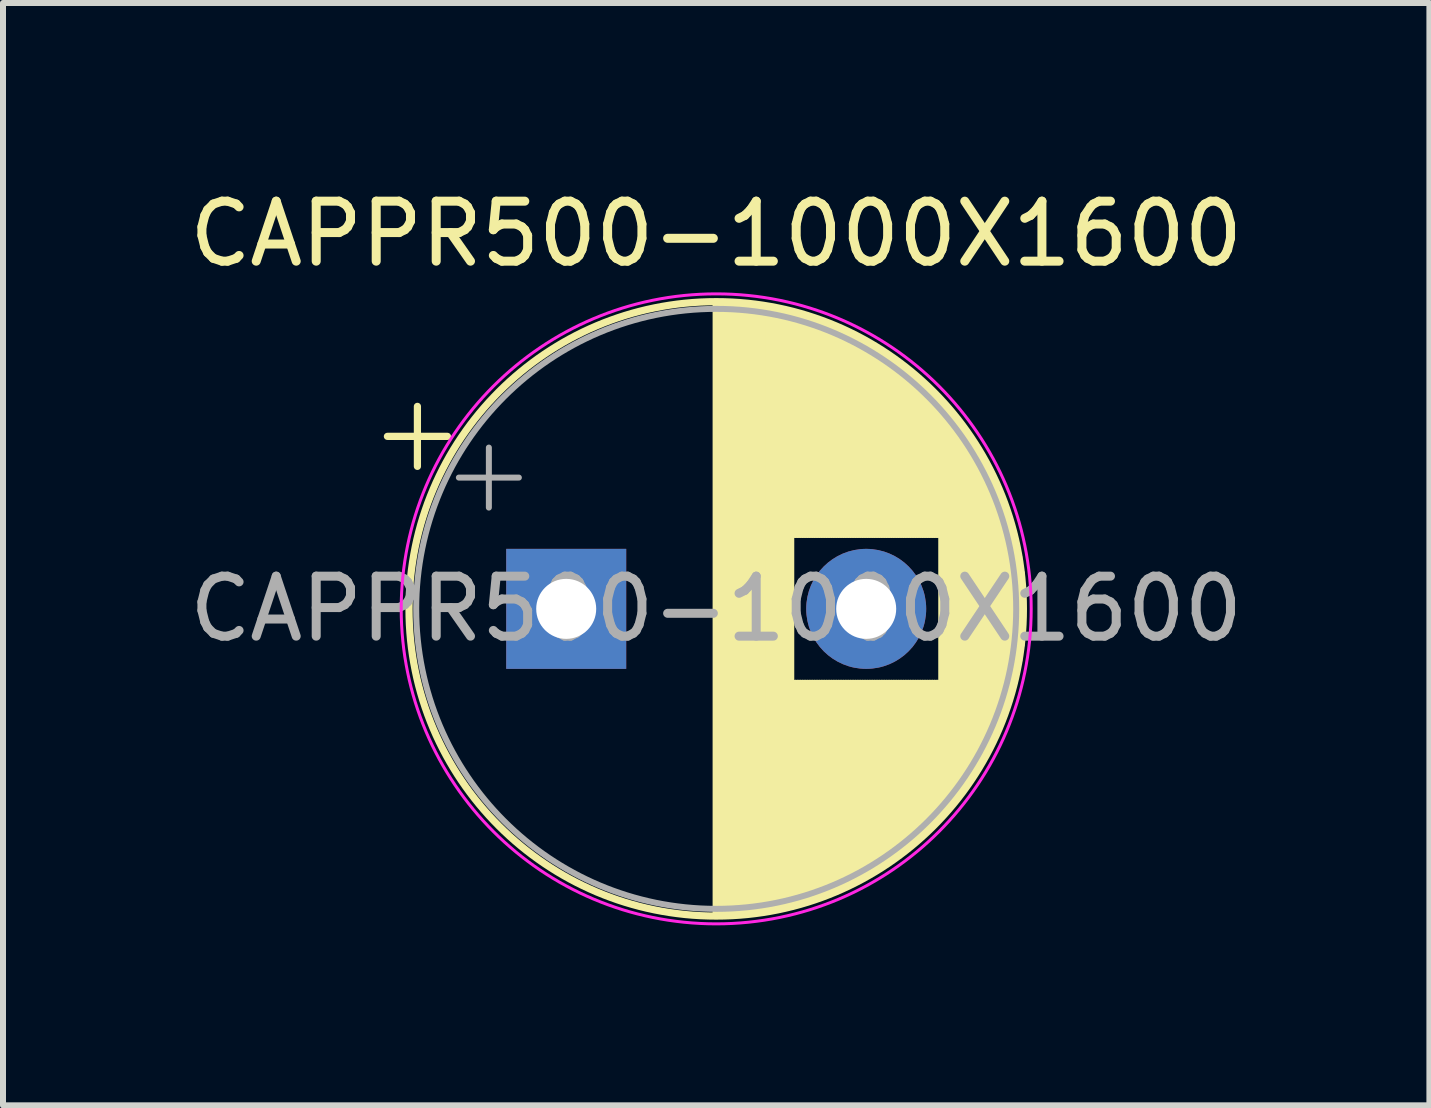
<source format=kicad_pcb>
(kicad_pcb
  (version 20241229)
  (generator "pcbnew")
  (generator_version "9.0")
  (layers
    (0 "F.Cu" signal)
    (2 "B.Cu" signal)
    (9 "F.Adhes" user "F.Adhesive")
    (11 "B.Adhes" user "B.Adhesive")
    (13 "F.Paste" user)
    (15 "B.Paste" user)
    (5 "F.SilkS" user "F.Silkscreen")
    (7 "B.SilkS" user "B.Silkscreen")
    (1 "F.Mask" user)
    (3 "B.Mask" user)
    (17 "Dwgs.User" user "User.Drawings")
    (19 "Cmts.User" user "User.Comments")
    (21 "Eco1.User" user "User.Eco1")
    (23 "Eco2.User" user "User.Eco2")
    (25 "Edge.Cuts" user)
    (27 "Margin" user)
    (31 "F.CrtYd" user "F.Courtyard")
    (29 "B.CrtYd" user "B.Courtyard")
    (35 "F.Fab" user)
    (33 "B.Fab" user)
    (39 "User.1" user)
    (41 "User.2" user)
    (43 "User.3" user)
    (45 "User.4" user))
  (footprint "CAPPR500-1000X1600"
    (layer "F.Cu")
    (at 6.387 7.098)
    (property "Reference" "CAPPR500-1000X1600" (at 2.5 -6.25 0) (layer "F.SilkS") (effects (font (size 1 1) (thickness 0.15))))
    (attr through_hole)
    (fp_line (start -2.98 -2.875) (end -1.98 -2.875) (stroke (width 0.12) (type solid)) (layer "F.SilkS"))
    (fp_line (start -2.48 -3.375) (end -2.48 -2.375) (stroke (width 0.12) (type solid)) (layer "F.SilkS"))
    (fp_line (start 2.5 -5.08) (end 2.5 5.08) (stroke (width 0.12) (type solid)) (layer "F.SilkS"))
    (fp_line (start 2.54 -5.08) (end 2.54 5.08) (stroke (width 0.12) (type solid)) (layer "F.SilkS"))
    (fp_line (start 2.58 -5.08) (end 2.58 5.08) (stroke (width 0.12) (type solid)) (layer "F.SilkS"))
    (fp_line (start 2.62 -5.079) (end 2.62 5.079) (stroke (width 0.12) (type solid)) (layer "F.SilkS"))
    (fp_line (start 2.66 -5.078) (end 2.66 5.078) (stroke (width 0.12) (type solid)) (layer "F.SilkS"))
    (fp_line (start 2.7 -5.077) (end 2.7 5.077) (stroke (width 0.12) (type solid)) (layer "F.SilkS"))
    (fp_line (start 2.74 -5.075) (end 2.74 5.075) (stroke (width 0.12) (type solid)) (layer "F.SilkS"))
    (fp_line (start 2.78 -5.073) (end 2.78 5.073) (stroke (width 0.12) (type solid)) (layer "F.SilkS"))
    (fp_line (start 2.82 -5.07) (end 2.82 5.07) (stroke (width 0.12) (type solid)) (layer "F.SilkS"))
    (fp_line (start 2.86 -5.068) (end 2.86 5.068) (stroke (width 0.12) (type solid)) (layer "F.SilkS"))
    (fp_line (start 2.9 -5.065) (end 2.9 5.065) (stroke (width 0.12) (type solid)) (layer "F.SilkS"))
    (fp_line (start 2.94 -5.062) (end 2.94 5.062) (stroke (width 0.12) (type solid)) (layer "F.SilkS"))
    (fp_line (start 2.98 -5.058) (end 2.98 5.058) (stroke (width 0.12) (type solid)) (layer "F.SilkS"))
    (fp_line (start 3.02 -5.054) (end 3.02 5.054) (stroke (width 0.12) (type solid)) (layer "F.SilkS"))
    (fp_line (start 3.06 -5.05) (end 3.06 5.05) (stroke (width 0.12) (type solid)) (layer "F.SilkS"))
    (fp_line (start 3.1 -5.045) (end 3.1 5.045) (stroke (width 0.12) (type solid)) (layer "F.SilkS"))
    (fp_line (start 3.14 -5.04) (end 3.14 5.04) (stroke (width 0.12) (type solid)) (layer "F.SilkS"))
    (fp_line (start 3.18 -5.035) (end 3.18 5.035) (stroke (width 0.12) (type solid)) (layer "F.SilkS"))
    (fp_line (start 3.221 -5.03) (end 3.221 5.03) (stroke (width 0.12) (type solid)) (layer "F.SilkS"))
    (fp_line (start 3.261 -5.024) (end 3.261 5.024) (stroke (width 0.12) (type solid)) (layer "F.SilkS"))
    (fp_line (start 3.301 -5.018) (end 3.301 5.018) (stroke (width 0.12) (type solid)) (layer "F.SilkS"))
    (fp_line (start 3.341 -5.011) (end 3.341 5.011) (stroke (width 0.12) (type solid)) (layer "F.SilkS"))
    (fp_line (start 3.381 -5.004) (end 3.381 5.004) (stroke (width 0.12) (type solid)) (layer "F.SilkS"))
    (fp_line (start 3.421 -4.997) (end 3.421 4.997) (stroke (width 0.12) (type solid)) (layer "F.SilkS"))
    (fp_line (start 3.461 -4.99) (end 3.461 4.99) (stroke (width 0.12) (type solid)) (layer "F.SilkS"))
    (fp_line (start 3.501 -4.982) (end 3.501 4.982) (stroke (width 0.12) (type solid)) (layer "F.SilkS"))
    (fp_line (start 3.541 -4.974) (end 3.541 4.974) (stroke (width 0.12) (type solid)) (layer "F.SilkS"))
    (fp_line (start 3.581 -4.965) (end 3.581 4.965) (stroke (width 0.12) (type solid)) (layer "F.SilkS"))
    (fp_line (start 3.621 -4.956) (end 3.621 4.956) (stroke (width 0.12) (type solid)) (layer "F.SilkS"))
    (fp_line (start 3.661 -4.947) (end 3.661 4.947) (stroke (width 0.12) (type solid)) (layer "F.SilkS"))
    (fp_line (start 3.701 -4.938) (end 3.701 4.938) (stroke (width 0.12) (type solid)) (layer "F.SilkS"))
    (fp_line (start 3.741 -4.928) (end 3.741 4.928) (stroke (width 0.12) (type solid)) (layer "F.SilkS"))
    (fp_line (start 3.781 -4.918) (end 3.781 -1.241) (stroke (width 0.12) (type solid)) (layer "F.SilkS"))
    (fp_line (start 3.781 1.241) (end 3.781 4.918) (stroke (width 0.12) (type solid)) (layer "F.SilkS"))
    (fp_line (start 3.821 -4.907) (end 3.821 -1.241) (stroke (width 0.12) (type solid)) (layer "F.SilkS"))
    (fp_line (start 3.821 1.241) (end 3.821 4.907) (stroke (width 0.12) (type solid)) (layer "F.SilkS"))
    (fp_line (start 3.861 -4.897) (end 3.861 -1.241) (stroke (width 0.12) (type solid)) (layer "F.SilkS"))
    (fp_line (start 3.861 1.241) (end 3.861 4.897) (stroke (width 0.12) (type solid)) (layer "F.SilkS"))
    (fp_line (start 3.901 -4.885) (end 3.901 -1.241) (stroke (width 0.12) (type solid)) (layer "F.SilkS"))
    (fp_line (start 3.901 1.241) (end 3.901 4.885) (stroke (width 0.12) (type solid)) (layer "F.SilkS"))
    (fp_line (start 3.941 -4.874) (end 3.941 -1.241) (stroke (width 0.12) (type solid)) (layer "F.SilkS"))
    (fp_line (start 3.941 1.241) (end 3.941 4.874) (stroke (width 0.12) (type solid)) (layer "F.SilkS"))
    (fp_line (start 3.981 -4.862) (end 3.981 -1.241) (stroke (width 0.12) (type solid)) (layer "F.SilkS"))
    (fp_line (start 3.981 1.241) (end 3.981 4.862) (stroke (width 0.12) (type solid)) (layer "F.SilkS"))
    (fp_line (start 4.021 -4.85) (end 4.021 -1.241) (stroke (width 0.12) (type solid)) (layer "F.SilkS"))
    (fp_line (start 4.021 1.241) (end 4.021 4.85) (stroke (width 0.12) (type solid)) (layer "F.SilkS"))
    (fp_line (start 4.061 -4.837) (end 4.061 -1.241) (stroke (width 0.12) (type solid)) (layer "F.SilkS"))
    (fp_line (start 4.061 1.241) (end 4.061 4.837) (stroke (width 0.12) (type solid)) (layer "F.SilkS"))
    (fp_line (start 4.101 -4.824) (end 4.101 -1.241) (stroke (width 0.12) (type solid)) (layer "F.SilkS"))
    (fp_line (start 4.101 1.241) (end 4.101 4.824) (stroke (width 0.12) (type solid)) (layer "F.SilkS"))
    (fp_line (start 4.141 -4.811) (end 4.141 -1.241) (stroke (width 0.12) (type solid)) (layer "F.SilkS"))
    (fp_line (start 4.141 1.241) (end 4.141 4.811) (stroke (width 0.12) (type solid)) (layer "F.SilkS"))
    (fp_line (start 4.181 -4.797) (end 4.181 -1.241) (stroke (width 0.12) (type solid)) (layer "F.SilkS"))
    (fp_line (start 4.181 1.241) (end 4.181 4.797) (stroke (width 0.12) (type solid)) (layer "F.SilkS"))
    (fp_line (start 4.221 -4.783) (end 4.221 -1.241) (stroke (width 0.12) (type solid)) (layer "F.SilkS"))
    (fp_line (start 4.221 1.241) (end 4.221 4.783) (stroke (width 0.12) (type solid)) (layer "F.SilkS"))
    (fp_line (start 4.261 -4.768) (end 4.261 -1.241) (stroke (width 0.12) (type solid)) (layer "F.SilkS"))
    (fp_line (start 4.261 1.241) (end 4.261 4.768) (stroke (width 0.12) (type solid)) (layer "F.SilkS"))
    (fp_line (start 4.301 -4.754) (end 4.301 -1.241) (stroke (width 0.12) (type solid)) (layer "F.SilkS"))
    (fp_line (start 4.301 1.241) (end 4.301 4.754) (stroke (width 0.12) (type solid)) (layer "F.SilkS"))
    (fp_line (start 4.341 -4.738) (end 4.341 -1.241) (stroke (width 0.12) (type solid)) (layer "F.SilkS"))
    (fp_line (start 4.341 1.241) (end 4.341 4.738) (stroke (width 0.12) (type solid)) (layer "F.SilkS"))
    (fp_line (start 4.381 -4.723) (end 4.381 -1.241) (stroke (width 0.12) (type solid)) (layer "F.SilkS"))
    (fp_line (start 4.381 1.241) (end 4.381 4.723) (stroke (width 0.12) (type solid)) (layer "F.SilkS"))
    (fp_line (start 4.421 -4.707) (end 4.421 -1.241) (stroke (width 0.12) (type solid)) (layer "F.SilkS"))
    (fp_line (start 4.421 1.241) (end 4.421 4.707) (stroke (width 0.12) (type solid)) (layer "F.SilkS"))
    (fp_line (start 4.461 -4.69) (end 4.461 -1.241) (stroke (width 0.12) (type solid)) (layer "F.SilkS"))
    (fp_line (start 4.461 1.241) (end 4.461 4.69) (stroke (width 0.12) (type solid)) (layer "F.SilkS"))
    (fp_line (start 4.501 -4.674) (end 4.501 -1.241) (stroke (width 0.12) (type solid)) (layer "F.SilkS"))
    (fp_line (start 4.501 1.241) (end 4.501 4.674) (stroke (width 0.12) (type solid)) (layer "F.SilkS"))
    (fp_line (start 4.541 -4.657) (end 4.541 -1.241) (stroke (width 0.12) (type solid)) (layer "F.SilkS"))
    (fp_line (start 4.541 1.241) (end 4.541 4.657) (stroke (width 0.12) (type solid)) (layer "F.SilkS"))
    (fp_line (start 4.581 -4.639) (end 4.581 -1.241) (stroke (width 0.12) (type solid)) (layer "F.SilkS"))
    (fp_line (start 4.581 1.241) (end 4.581 4.639) (stroke (width 0.12) (type solid)) (layer "F.SilkS"))
    (fp_line (start 4.621 -4.621) (end 4.621 -1.241) (stroke (width 0.12) (type solid)) (layer "F.SilkS"))
    (fp_line (start 4.621 1.241) (end 4.621 4.621) (stroke (width 0.12) (type solid)) (layer "F.SilkS"))
    (fp_line (start 4.661 -4.603) (end 4.661 -1.241) (stroke (width 0.12) (type solid)) (layer "F.SilkS"))
    (fp_line (start 4.661 1.241) (end 4.661 4.603) (stroke (width 0.12) (type solid)) (layer "F.SilkS"))
    (fp_line (start 4.701 -4.584) (end 4.701 -1.241) (stroke (width 0.12) (type solid)) (layer "F.SilkS"))
    (fp_line (start 4.701 1.241) (end 4.701 4.584) (stroke (width 0.12) (type solid)) (layer "F.SilkS"))
    (fp_line (start 4.741 -4.564) (end 4.741 -1.241) (stroke (width 0.12) (type solid)) (layer "F.SilkS"))
    (fp_line (start 4.741 1.241) (end 4.741 4.564) (stroke (width 0.12) (type solid)) (layer "F.SilkS"))
    (fp_line (start 4.781 -4.545) (end 4.781 -1.241) (stroke (width 0.12) (type solid)) (layer "F.SilkS"))
    (fp_line (start 4.781 1.241) (end 4.781 4.545) (stroke (width 0.12) (type solid)) (layer "F.SilkS"))
    (fp_line (start 4.821 -4.525) (end 4.821 -1.241) (stroke (width 0.12) (type solid)) (layer "F.SilkS"))
    (fp_line (start 4.821 1.241) (end 4.821 4.525) (stroke (width 0.12) (type solid)) (layer "F.SilkS"))
    (fp_line (start 4.861 -4.504) (end 4.861 -1.241) (stroke (width 0.12) (type solid)) (layer "F.SilkS"))
    (fp_line (start 4.861 1.241) (end 4.861 4.504) (stroke (width 0.12) (type solid)) (layer "F.SilkS"))
    (fp_line (start 4.901 -4.483) (end 4.901 -1.241) (stroke (width 0.12) (type solid)) (layer "F.SilkS"))
    (fp_line (start 4.901 1.241) (end 4.901 4.483) (stroke (width 0.12) (type solid)) (layer "F.SilkS"))
    (fp_line (start 4.941 -4.462) (end 4.941 -1.241) (stroke (width 0.12) (type solid)) (layer "F.SilkS"))
    (fp_line (start 4.941 1.241) (end 4.941 4.462) (stroke (width 0.12) (type solid)) (layer "F.SilkS"))
    (fp_line (start 4.981 -4.44) (end 4.981 -1.241) (stroke (width 0.12) (type solid)) (layer "F.SilkS"))
    (fp_line (start 4.981 1.241) (end 4.981 4.44) (stroke (width 0.12) (type solid)) (layer "F.SilkS"))
    (fp_line (start 5.021 -4.417) (end 5.021 -1.241) (stroke (width 0.12) (type solid)) (layer "F.SilkS"))
    (fp_line (start 5.021 1.241) (end 5.021 4.417) (stroke (width 0.12) (type solid)) (layer "F.SilkS"))
    (fp_line (start 5.061 -4.395) (end 5.061 -1.241) (stroke (width 0.12) (type solid)) (layer "F.SilkS"))
    (fp_line (start 5.061 1.241) (end 5.061 4.395) (stroke (width 0.12) (type solid)) (layer "F.SilkS"))
    (fp_line (start 5.101 -4.371) (end 5.101 -1.241) (stroke (width 0.12) (type solid)) (layer "F.SilkS"))
    (fp_line (start 5.101 1.241) (end 5.101 4.371) (stroke (width 0.12) (type solid)) (layer "F.SilkS"))
    (fp_line (start 5.141 -4.347) (end 5.141 -1.241) (stroke (width 0.12) (type solid)) (layer "F.SilkS"))
    (fp_line (start 5.141 1.241) (end 5.141 4.347) (stroke (width 0.12) (type solid)) (layer "F.SilkS"))
    (fp_line (start 5.181 -4.323) (end 5.181 -1.241) (stroke (width 0.12) (type solid)) (layer "F.SilkS"))
    (fp_line (start 5.181 1.241) (end 5.181 4.323) (stroke (width 0.12) (type solid)) (layer "F.SilkS"))
    (fp_line (start 5.221 -4.298) (end 5.221 -1.241) (stroke (width 0.12) (type solid)) (layer "F.SilkS"))
    (fp_line (start 5.221 1.241) (end 5.221 4.298) (stroke (width 0.12) (type solid)) (layer "F.SilkS"))
    (fp_line (start 5.261 -4.273) (end 5.261 -1.241) (stroke (width 0.12) (type solid)) (layer "F.SilkS"))
    (fp_line (start 5.261 1.241) (end 5.261 4.273) (stroke (width 0.12) (type solid)) (layer "F.SilkS"))
    (fp_line (start 5.301 -4.247) (end 5.301 -1.241) (stroke (width 0.12) (type solid)) (layer "F.SilkS"))
    (fp_line (start 5.301 1.241) (end 5.301 4.247) (stroke (width 0.12) (type solid)) (layer "F.SilkS"))
    (fp_line (start 5.341 -4.221) (end 5.341 -1.241) (stroke (width 0.12) (type solid)) (layer "F.SilkS"))
    (fp_line (start 5.341 1.241) (end 5.341 4.221) (stroke (width 0.12) (type solid)) (layer "F.SilkS"))
    (fp_line (start 5.381 -4.194) (end 5.381 -1.241) (stroke (width 0.12) (type solid)) (layer "F.SilkS"))
    (fp_line (start 5.381 1.241) (end 5.381 4.194) (stroke (width 0.12) (type solid)) (layer "F.SilkS"))
    (fp_line (start 5.421 -4.166) (end 5.421 -1.241) (stroke (width 0.12) (type solid)) (layer "F.SilkS"))
    (fp_line (start 5.421 1.241) (end 5.421 4.166) (stroke (width 0.12) (type solid)) (layer "F.SilkS"))
    (fp_line (start 5.461 -4.138) (end 5.461 -1.241) (stroke (width 0.12) (type solid)) (layer "F.SilkS"))
    (fp_line (start 5.461 1.241) (end 5.461 4.138) (stroke (width 0.12) (type solid)) (layer "F.SilkS"))
    (fp_line (start 5.501 -4.11) (end 5.501 -1.241) (stroke (width 0.12) (type solid)) (layer "F.SilkS"))
    (fp_line (start 5.501 1.241) (end 5.501 4.11) (stroke (width 0.12) (type solid)) (layer "F.SilkS"))
    (fp_line (start 5.541 -4.08) (end 5.541 -1.241) (stroke (width 0.12) (type solid)) (layer "F.SilkS"))
    (fp_line (start 5.541 1.241) (end 5.541 4.08) (stroke (width 0.12) (type solid)) (layer "F.SilkS"))
    (fp_line (start 5.581 -4.05) (end 5.581 -1.241) (stroke (width 0.12) (type solid)) (layer "F.SilkS"))
    (fp_line (start 5.581 1.241) (end 5.581 4.05) (stroke (width 0.12) (type solid)) (layer "F.SilkS"))
    (fp_line (start 5.621 -4.02) (end 5.621 -1.241) (stroke (width 0.12) (type solid)) (layer "F.SilkS"))
    (fp_line (start 5.621 1.241) (end 5.621 4.02) (stroke (width 0.12) (type solid)) (layer "F.SilkS"))
    (fp_line (start 5.661 -3.989) (end 5.661 -1.241) (stroke (width 0.12) (type solid)) (layer "F.SilkS"))
    (fp_line (start 5.661 1.241) (end 5.661 3.989) (stroke (width 0.12) (type solid)) (layer "F.SilkS"))
    (fp_line (start 5.701 -3.957) (end 5.701 -1.241) (stroke (width 0.12) (type solid)) (layer "F.SilkS"))
    (fp_line (start 5.701 1.241) (end 5.701 3.957) (stroke (width 0.12) (type solid)) (layer "F.SilkS"))
    (fp_line (start 5.741 -3.925) (end 5.741 -1.241) (stroke (width 0.12) (type solid)) (layer "F.SilkS"))
    (fp_line (start 5.741 1.241) (end 5.741 3.925) (stroke (width 0.12) (type solid)) (layer "F.SilkS"))
    (fp_line (start 5.781 -3.892) (end 5.781 -1.241) (stroke (width 0.12) (type solid)) (layer "F.SilkS"))
    (fp_line (start 5.781 1.241) (end 5.781 3.892) (stroke (width 0.12) (type solid)) (layer "F.SilkS"))
    (fp_line (start 5.821 -3.858) (end 5.821 -1.241) (stroke (width 0.12) (type solid)) (layer "F.SilkS"))
    (fp_line (start 5.821 1.241) (end 5.821 3.858) (stroke (width 0.12) (type solid)) (layer "F.SilkS"))
    (fp_line (start 5.861 -3.824) (end 5.861 -1.241) (stroke (width 0.12) (type solid)) (layer "F.SilkS"))
    (fp_line (start 5.861 1.241) (end 5.861 3.824) (stroke (width 0.12) (type solid)) (layer "F.SilkS"))
    (fp_line (start 5.901 -3.789) (end 5.901 -1.241) (stroke (width 0.12) (type solid)) (layer "F.SilkS"))
    (fp_line (start 5.901 1.241) (end 5.901 3.789) (stroke (width 0.12) (type solid)) (layer "F.SilkS"))
    (fp_line (start 5.941 -3.753) (end 5.941 -1.241) (stroke (width 0.12) (type solid)) (layer "F.SilkS"))
    (fp_line (start 5.941 1.241) (end 5.941 3.753) (stroke (width 0.12) (type solid)) (layer "F.SilkS"))
    (fp_line (start 5.981 -3.716) (end 5.981 -1.241) (stroke (width 0.12) (type solid)) (layer "F.SilkS"))
    (fp_line (start 5.981 1.241) (end 5.981 3.716) (stroke (width 0.12) (type solid)) (layer "F.SilkS"))
    (fp_line (start 6.021 -3.679) (end 6.021 -1.241) (stroke (width 0.12) (type solid)) (layer "F.SilkS"))
    (fp_line (start 6.021 1.241) (end 6.021 3.679) (stroke (width 0.12) (type solid)) (layer "F.SilkS"))
    (fp_line (start 6.061 -3.64) (end 6.061 -1.241) (stroke (width 0.12) (type solid)) (layer "F.SilkS"))
    (fp_line (start 6.061 1.241) (end 6.061 3.64) (stroke (width 0.12) (type solid)) (layer "F.SilkS"))
    (fp_line (start 6.101 -3.601) (end 6.101 -1.241) (stroke (width 0.12) (type solid)) (layer "F.SilkS"))
    (fp_line (start 6.101 1.241) (end 6.101 3.601) (stroke (width 0.12) (type solid)) (layer "F.SilkS"))
    (fp_line (start 6.141 -3.561) (end 6.141 -1.241) (stroke (width 0.12) (type solid)) (layer "F.SilkS"))
    (fp_line (start 6.141 1.241) (end 6.141 3.561) (stroke (width 0.12) (type solid)) (layer "F.SilkS"))
    (fp_line (start 6.181 -3.52) (end 6.181 -1.241) (stroke (width 0.12) (type solid)) (layer "F.SilkS"))
    (fp_line (start 6.181 1.241) (end 6.181 3.52) (stroke (width 0.12) (type solid)) (layer "F.SilkS"))
    (fp_line (start 6.221 -3.478) (end 6.221 -1.241) (stroke (width 0.12) (type solid)) (layer "F.SilkS"))
    (fp_line (start 6.221 1.241) (end 6.221 3.478) (stroke (width 0.12) (type solid)) (layer "F.SilkS"))
    (fp_line (start 6.261 -3.436) (end 6.261 3.436) (stroke (width 0.12) (type solid)) (layer "F.SilkS"))
    (fp_line (start 6.301 -3.392) (end 6.301 3.392) (stroke (width 0.12) (type solid)) (layer "F.SilkS"))
    (fp_line (start 6.341 -3.347) (end 6.341 3.347) (stroke (width 0.12) (type solid)) (layer "F.SilkS"))
    (fp_line (start 6.381 -3.301) (end 6.381 3.301) (stroke (width 0.12) (type solid)) (layer "F.SilkS"))
    (fp_line (start 6.421 -3.254) (end 6.421 3.254) (stroke (width 0.12) (type solid)) (layer "F.SilkS"))
    (fp_line (start 6.461 -3.206) (end 6.461 3.206) (stroke (width 0.12) (type solid)) (layer "F.SilkS"))
    (fp_line (start 6.501 -3.156) (end 6.501 3.156) (stroke (width 0.12) (type solid)) (layer "F.SilkS"))
    (fp_line (start 6.541 -3.106) (end 6.541 3.106) (stroke (width 0.12) (type solid)) (layer "F.SilkS"))
    (fp_line (start 6.581 -3.054) (end 6.581 3.054) (stroke (width 0.12) (type solid)) (layer "F.SilkS"))
    (fp_line (start 6.621 -3) (end 6.621 3) (stroke (width 0.12) (type solid)) (layer "F.SilkS"))
    (fp_line (start 6.661 -2.945) (end 6.661 2.945) (stroke (width 0.12) (type solid)) (layer "F.SilkS"))
    (fp_line (start 6.701 -2.889) (end 6.701 2.889) (stroke (width 0.12) (type solid)) (layer "F.SilkS"))
    (fp_line (start 6.741 -2.83) (end 6.741 2.83) (stroke (width 0.12) (type solid)) (layer "F.SilkS"))
    (fp_line (start 6.781 -2.77) (end 6.781 2.77) (stroke (width 0.12) (type solid)) (layer "F.SilkS"))
    (fp_line (start 6.821 -2.709) (end 6.821 2.709) (stroke (width 0.12) (type solid)) (layer "F.SilkS"))
    (fp_line (start 6.861 -2.645) (end 6.861 2.645) (stroke (width 0.12) (type solid)) (layer "F.SilkS"))
    (fp_line (start 6.901 -2.579) (end 6.901 2.579) (stroke (width 0.12) (type solid)) (layer "F.SilkS"))
    (fp_line (start 6.941 -2.51) (end 6.941 2.51) (stroke (width 0.12) (type solid)) (layer "F.SilkS"))
    (fp_line (start 6.981 -2.439) (end 6.981 2.439) (stroke (width 0.12) (type solid)) (layer "F.SilkS"))
    (fp_line (start 7.021 -2.365) (end 7.021 2.365) (stroke (width 0.12) (type solid)) (layer "F.SilkS"))
    (fp_line (start 7.061 -2.289) (end 7.061 2.289) (stroke (width 0.12) (type solid)) (layer "F.SilkS"))
    (fp_line (start 7.101 -2.209) (end 7.101 2.209) (stroke (width 0.12) (type solid)) (layer "F.SilkS"))
    (fp_line (start 7.141 -2.125) (end 7.141 2.125) (stroke (width 0.12) (type solid)) (layer "F.SilkS"))
    (fp_line (start 7.181 -2.037) (end 7.181 2.037) (stroke (width 0.12) (type solid)) (layer "F.SilkS"))
    (fp_line (start 7.221 -1.944) (end 7.221 1.944) (stroke (width 0.12) (type solid)) (layer "F.SilkS"))
    (fp_line (start 7.261 -1.846) (end 7.261 1.846) (stroke (width 0.12) (type solid)) (layer "F.SilkS"))
    (fp_line (start 7.301 -1.742) (end 7.301 1.742) (stroke (width 0.12) (type solid)) (layer "F.SilkS"))
    (fp_line (start 7.341 -1.63) (end 7.341 1.63) (stroke (width 0.12) (type solid)) (layer "F.SilkS"))
    (fp_line (start 7.381 -1.51) (end 7.381 1.51) (stroke (width 0.12) (type solid)) (layer "F.SilkS"))
    (fp_line (start 7.421 -1.378) (end 7.421 1.378) (stroke (width 0.12) (type solid)) (layer "F.SilkS"))
    (fp_line (start 7.461 -1.23) (end 7.461 1.23) (stroke (width 0.12) (type solid)) (layer "F.SilkS"))
    (fp_line (start 7.501 -1.062) (end 7.501 1.062) (stroke (width 0.12) (type solid)) (layer "F.SilkS"))
    (fp_line (start 7.541 -0.862) (end 7.541 0.862) (stroke (width 0.12) (type solid)) (layer "F.SilkS"))
    (fp_line (start 7.581 -0.599) (end 7.581 0.599) (stroke (width 0.12) (type solid)) (layer "F.SilkS"))
    (fp_circle (center 2.5 0) (end 7.62 0) (stroke (width 0.12) (type solid)) (fill no) (layer "F.SilkS"))
    (fp_circle (center 2.5 0) (end 7.75 0) (stroke (width 0.05) (type solid)) (fill no) (layer "F.CrtYd"))
    (fp_line (start -1.789 -2.188) (end -0.789 -2.188) (stroke (width 0.1) (type solid)) (layer "F.Fab"))
    (fp_line (start -1.289 -2.688) (end -1.289 -1.688) (stroke (width 0.1) (type solid)) (layer "F.Fab"))
    (fp_circle (center 2.5 0) (end 7.5 0) (stroke (width 0.1) (type solid)) (fill no) (layer "F.Fab"))
    (fp_text user "${REFERENCE}" (at 2.5 0 0) (layer "F.Fab") (effects (font (size 1 1) (thickness 0.15))))
    (pad "1" thru_hole rect (at 0 0) (size 2 2) (drill 1) (layers "*.Cu" "*.Mask"))
    (pad "2" thru_hole circle (at 5 0) (size 2 2) (drill 1) (layers "*.Cu" "*.Mask")))
  (gr_rect
    (start -3 -3)
    (end 20.774 15.373)
    (stroke (width 0.1) (type default))
    (fill no)
    (layer "Edge.Cuts")))
</source>
